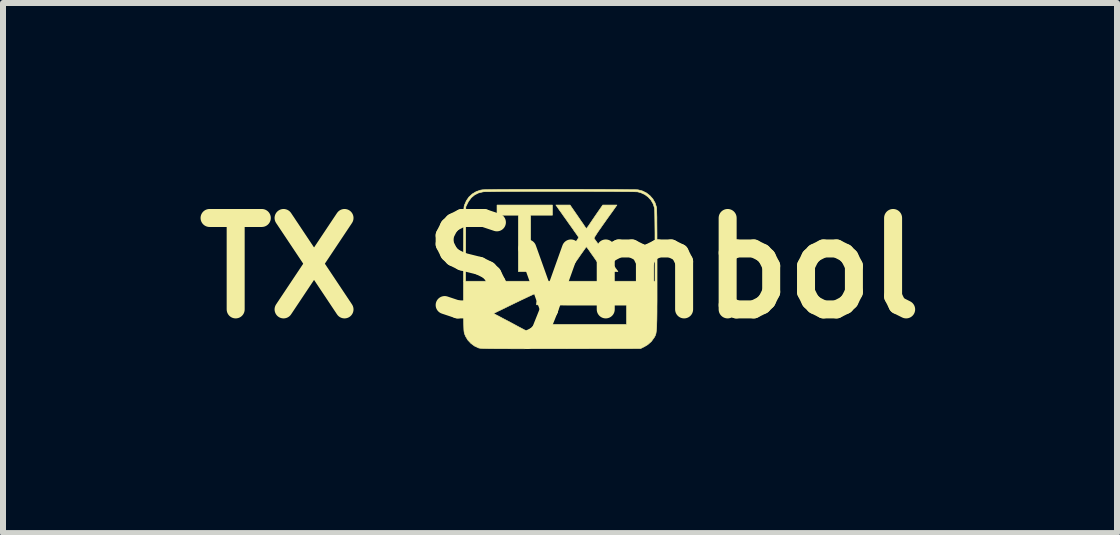
<source format=kicad_pcb>
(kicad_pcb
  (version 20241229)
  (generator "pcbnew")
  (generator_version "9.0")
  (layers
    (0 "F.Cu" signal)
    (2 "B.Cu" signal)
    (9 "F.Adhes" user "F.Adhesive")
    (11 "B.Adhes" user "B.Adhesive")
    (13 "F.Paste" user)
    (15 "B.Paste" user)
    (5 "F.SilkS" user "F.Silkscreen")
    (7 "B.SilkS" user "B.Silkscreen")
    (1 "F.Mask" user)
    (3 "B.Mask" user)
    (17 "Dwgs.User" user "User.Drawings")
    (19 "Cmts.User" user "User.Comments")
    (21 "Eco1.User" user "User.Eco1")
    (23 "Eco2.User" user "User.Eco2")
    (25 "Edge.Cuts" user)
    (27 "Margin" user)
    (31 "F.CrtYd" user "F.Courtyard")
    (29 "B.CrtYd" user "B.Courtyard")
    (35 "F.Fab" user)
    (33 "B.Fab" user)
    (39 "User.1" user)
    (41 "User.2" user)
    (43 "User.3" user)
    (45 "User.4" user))
  (footprint "TX Symbol"
    (layer "F.Cu")
    (at 6.285 1.418)
    (property "Reference" "TX Symbol" (at 0 0 0) (layer "F.SilkS") (effects (font (size 1.524 1.524) (thickness 0.3))))
    (attr through_hole)
    (fp_poly (pts (xy -0.127 -0.881) (xy -0.491 -0.881) (xy -0.491 0.059) (xy -0.694 0.059) (xy -0.694 -0.881) (xy -1.05 -0.881) (xy -1.05 -1.05) (xy -0.127 -1.05) (xy -0.127 -0.881)) (stroke (width 0.01) (type solid)) (fill yes) (layer "F.SilkS"))
    (fp_poly (pts (xy 0.286 -0.878) (xy 0.319 -0.83) (xy 0.35 -0.784) (xy 0.378 -0.745) (xy 0.399 -0.713) (xy 0.414 -0.691) (xy 0.419 -0.684) (xy 0.431 -0.668) (xy 0.44 -0.66) (xy 0.44 -0.66) (xy 0.447 -0.667) (xy 0.461 -0.685) (xy 0.48 -0.711) (xy 0.495 -0.734) (xy 0.518 -0.768) (xy 0.547 -0.811) (xy 0.579 -0.858) (xy 0.612 -0.906) (xy 0.628 -0.929) (xy 0.712 -1.05) (xy 0.83 -1.05) (xy 0.948 -1.05) (xy 0.878 -0.95) (xy 0.852 -0.914) (xy 0.818 -0.867) (xy 0.78 -0.814) (xy 0.74 -0.757) (xy 0.7 -0.701) (xy 0.684 -0.677) (xy 0.649 -0.628) (xy 0.619 -0.584) (xy 0.595 -0.546) (xy 0.577 -0.518) (xy 0.568 -0.5) (xy 0.567 -0.495) (xy 0.573 -0.487) (xy 0.588 -0.466) (xy 0.611 -0.434) (xy 0.64 -0.394) (xy 0.675 -0.345) (xy 0.714 -0.291) (xy 0.756 -0.232) (xy 0.769 -0.214) (xy 0.965 0.059) (xy 0.731 0.059) (xy 0.588 -0.148) (xy 0.552 -0.2) (xy 0.518 -0.247) (xy 0.49 -0.288) (xy 0.466 -0.321) (xy 0.45 -0.343) (xy 0.441 -0.354) (xy 0.44 -0.355) (xy 0.435 -0.349) (xy 0.42 -0.33) (xy 0.399 -0.3) (xy 0.372 -0.262) (xy 0.34 -0.217) (xy 0.305 -0.166) (xy 0.292 -0.148) (xy 0.148 0.059) (xy 0.031 0.059) (xy -0.087 0.059) (xy -0.066 0.032) (xy -0.036 -0.009) (xy -0.001 -0.056) (xy 0.036 -0.108) (xy 0.075 -0.164) (xy 0.115 -0.22) (xy 0.154 -0.276) (xy 0.191 -0.33) (xy 0.226 -0.38) (xy 0.256 -0.424) (xy 0.281 -0.461) (xy 0.299 -0.489) (xy 0.309 -0.506) (xy 0.311 -0.511) (xy 0.305 -0.52) (xy 0.291 -0.541) (xy 0.269 -0.573) (xy 0.24 -0.613) (xy 0.207 -0.661) (xy 0.169 -0.714) (xy 0.135 -0.762) (xy 0.095 -0.819) (xy 0.056 -0.873) (xy 0.022 -0.922) (xy -0.008 -0.963) (xy -0.031 -0.996) (xy -0.046 -1.018) (xy -0.052 -1.027) (xy -0.069 -1.05) (xy 0.049 -1.05) (xy 0.167 -1.05) (xy 0.286 -0.878)) (stroke (width 0.01) (type solid)) (fill yes) (layer "F.SilkS"))
    (fp_poly (pts (xy 0.069 -1.312) (xy 0.199 -1.312) (xy 0.327 -1.312) (xy 0.452 -1.311) (xy 0.573 -1.311) (xy 0.689 -1.311) (xy 0.798 -1.31) (xy 0.899 -1.31) (xy 0.992 -1.309) (xy 1.075 -1.308) (xy 1.147 -1.307) (xy 1.207 -1.307) (xy 1.253 -1.306) (xy 1.284 -1.305) (xy 1.3 -1.304) (xy 1.373 -1.285) (xy 1.44 -1.252) (xy 1.499 -1.206) (xy 1.548 -1.15) (xy 1.585 -1.085) (xy 1.608 -1.013) (xy 1.609 -1.008) (xy 1.61 -0.992) (xy 1.611 -0.96) (xy 1.612 -0.911) (xy 1.614 -0.846) (xy 1.614 -0.767) (xy 1.615 -0.673) (xy 1.616 -0.564) (xy 1.616 -0.441) (xy 1.617 -0.306) (xy 1.617 -0.157) (xy 1.617 0.005) (xy 1.617 0.02) (xy 1.617 0.176) (xy 1.617 0.315) (xy 1.617 0.44) (xy 1.617 0.55) (xy 1.616 0.647) (xy 1.616 0.732) (xy 1.615 0.806) (xy 1.614 0.869) (xy 1.612 0.923) (xy 1.611 0.968) (xy 1.609 1.006) (xy 1.606 1.038) (xy 1.603 1.063) (xy 1.6 1.084) (xy 1.596 1.101) (xy 1.591 1.116) (xy 1.586 1.128) (xy 1.58 1.14) (xy 1.574 1.151) (xy 1.569 1.159) (xy 1.522 1.224) (xy 1.462 1.277) (xy 1.407 1.31) (xy 1.343 1.342) (xy 0.013 1.344) (xy -0.163 1.344) (xy -0.322 1.344) (xy -0.467 1.344) (xy -0.597 1.345) (xy -0.713 1.345) (xy -0.816 1.345) (xy -0.907 1.344) (xy -0.987 1.344) (xy -1.056 1.344) (xy -1.116 1.343) (xy -1.167 1.343) (xy -1.209 1.342) (xy -1.245 1.341) (xy -1.274 1.341) (xy -1.297 1.339) (xy -1.315 1.338) (xy -1.33 1.337) (xy -1.341 1.335) (xy -1.35 1.334) (xy -1.357 1.332) (xy -1.361 1.33) (xy -1.427 1.299) (xy -1.487 1.254) (xy -1.537 1.2) (xy -1.575 1.137) (xy -1.592 1.095) (xy -1.594 1.086) (xy -1.596 1.077) (xy -1.599 1.067) (xy -1.6 1.054) (xy -1.602 1.038) (xy -1.603 1.018) (xy -1.604 0.993) (xy -1.605 0.962) (xy -1.606 0.924) (xy -1.607 0.877) (xy -1.607 0.822) (xy -1.608 0.758) (xy -1.608 0.757) (xy -1.109 0.757) (xy -1.073 0.776) (xy -1.058 0.784) (xy -1.03 0.798) (xy -0.991 0.819) (xy -0.941 0.846) (xy -0.883 0.876) (xy -0.819 0.91) (xy -0.75 0.947) (xy -0.695 0.977) (xy -0.625 1.014) (xy -0.559 1.049) (xy -0.5 1.08) (xy -0.449 1.107) (xy -0.407 1.129) (xy -0.375 1.145) (xy -0.356 1.155) (xy -0.35 1.157) (xy -0.351 1.149) (xy -0.355 1.127) (xy -0.361 1.095) (xy -0.369 1.058) (xy -0.377 1.019) (xy -0.384 0.985) (xy -0.388 0.961) (xy -0.389 0.95) (xy -0.386 0.948) (xy -0.376 0.947) (xy -0.358 0.945) (xy -0.332 0.944) (xy -0.296 0.943) (xy -0.25 0.942) (xy -0.192 0.941) (xy -0.122 0.941) (xy -0.04 0.94) (xy 0.057 0.94) (xy 0.168 0.94) (xy 0.295 0.94) (xy 0.36 0.94) (xy 1.109 0.94) (xy 1.109 0.618) (xy 0.36 0.618) (xy 0.249 0.618) (xy 0.143 0.618) (xy 0.043 0.617) (xy -0.05 0.617) (xy -0.134 0.616) (xy -0.208 0.616) (xy -0.272 0.615) (xy -0.323 0.614) (xy -0.361 0.613) (xy -0.385 0.613) (xy -0.392 0.612) (xy -0.392 0.601) (xy -0.389 0.578) (xy -0.383 0.545) (xy -0.376 0.508) (xy -0.368 0.469) (xy -0.362 0.435) (xy -0.358 0.411) (xy -0.356 0.401) (xy -0.363 0.403) (xy -0.384 0.411) (xy -0.418 0.426) (xy -0.462 0.446) (xy -0.516 0.471) (xy -0.577 0.5) (xy -0.645 0.532) (xy -0.719 0.568) (xy -0.732 0.574) (xy -1.109 0.757) (xy -1.608 0.757) (xy -1.608 0.682) (xy -1.608 0.595) (xy -1.609 0.495) (xy -1.609 0.381) (xy -1.609 0.253) (xy -1.609 0.22) (xy -1.575 0.22) (xy 1.583 0.22) (xy 1.583 -0.367) (xy 1.583 -0.481) (xy 1.583 -0.587) (xy 1.582 -0.683) (xy 1.581 -0.768) (xy 1.58 -0.842) (xy 1.579 -0.903) (xy 1.578 -0.95) (xy 1.576 -0.983) (xy 1.575 -0.999) (xy 1.554 -1.067) (xy 1.518 -1.13) (xy 1.47 -1.183) (xy 1.413 -1.226) (xy 1.347 -1.256) (xy 1.294 -1.27) (xy 1.279 -1.271) (xy 1.248 -1.272) (xy 1.202 -1.273) (xy 1.143 -1.274) (xy 1.072 -1.274) (xy 0.989 -1.275) (xy 0.897 -1.276) (xy 0.795 -1.276) (xy 0.687 -1.277) (xy 0.572 -1.277) (xy 0.451 -1.278) (xy 0.327 -1.278) (xy 0.199 -1.278) (xy 0.07 -1.278) (xy -0.06 -1.278) (xy -0.189 -1.278) (xy -0.317 -1.278) (xy -0.441 -1.278) (xy -0.562 -1.278) (xy -0.677 -1.277) (xy -0.786 -1.277) (xy -0.887 -1.276) (xy -0.979 -1.276) (xy -1.062 -1.275) (xy -1.133 -1.274) (xy -1.193 -1.273) (xy -1.238 -1.273) (xy -1.27 -1.272) (xy -1.285 -1.27) (xy -1.359 -1.252) (xy -1.424 -1.219) (xy -1.479 -1.173) (xy -1.524 -1.113) (xy -1.539 -1.086) (xy -1.571 -1.021) (xy -1.573 -0.4) (xy -1.575 0.22) (xy -1.609 0.22) (xy -1.609 0.11) (xy -1.609 0.021) (xy -1.609 -0.132) (xy -1.609 -0.268) (xy -1.609 -0.39) (xy -1.608 -0.497) (xy -1.608 -0.592) (xy -1.608 -0.674) (xy -1.608 -0.745) (xy -1.607 -0.805) (xy -1.607 -0.856) (xy -1.606 -0.899) (xy -1.605 -0.934) (xy -1.604 -0.963) (xy -1.603 -0.985) (xy -1.601 -1.003) (xy -1.6 -1.018) (xy -1.598 -1.029) (xy -1.595 -1.039) (xy -1.593 -1.047) (xy -1.592 -1.051) (xy -1.561 -1.122) (xy -1.518 -1.184) (xy -1.462 -1.235) (xy -1.397 -1.274) (xy -1.324 -1.299) (xy -1.293 -1.304) (xy -1.277 -1.305) (xy -1.246 -1.306) (xy -1.199 -1.307) (xy -1.14 -1.308) (xy -1.068 -1.309) (xy -0.985 -1.31) (xy -0.892 -1.31) (xy -0.79 -1.311) (xy -0.681 -1.311) (xy -0.565 -1.311) (xy -0.444 -1.312) (xy -0.319 -1.312) (xy -0.191 -1.312) (xy -0.061 -1.312) (xy 0.069 -1.312)) (stroke (width 0.01) (type solid)) (fill yes) (layer "F.SilkS")))
  (gr_rect
    (start -3 -3)
    (end 15.569 5.836)
    (stroke (width 0.1) (type default))
    (fill no)
    (layer "Edge.Cuts")))
</source>
